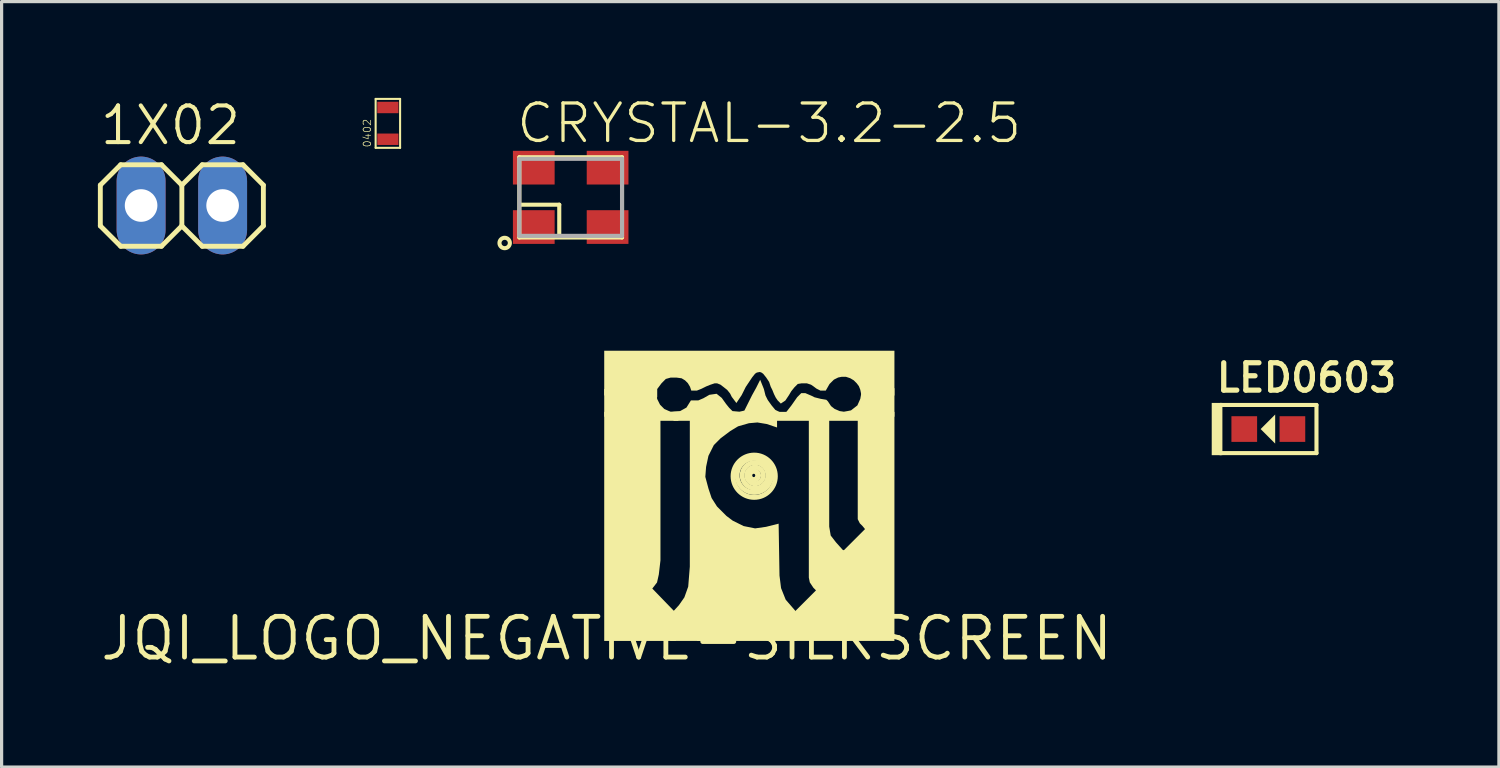
<source format=kicad_pcb>
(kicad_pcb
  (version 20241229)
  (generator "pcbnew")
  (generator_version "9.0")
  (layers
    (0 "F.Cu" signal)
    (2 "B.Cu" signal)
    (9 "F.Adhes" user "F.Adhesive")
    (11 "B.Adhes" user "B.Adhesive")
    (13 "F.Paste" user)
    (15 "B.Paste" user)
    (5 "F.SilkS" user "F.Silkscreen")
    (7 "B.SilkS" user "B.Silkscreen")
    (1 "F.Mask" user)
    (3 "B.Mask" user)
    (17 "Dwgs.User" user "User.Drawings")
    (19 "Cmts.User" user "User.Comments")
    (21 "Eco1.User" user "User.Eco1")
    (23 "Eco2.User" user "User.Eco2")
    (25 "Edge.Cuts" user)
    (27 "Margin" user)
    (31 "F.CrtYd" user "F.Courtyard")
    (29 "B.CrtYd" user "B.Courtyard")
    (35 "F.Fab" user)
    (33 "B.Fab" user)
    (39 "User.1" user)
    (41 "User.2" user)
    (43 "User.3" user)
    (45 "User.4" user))
  (footprint "JQI_LOGO_NEGATIVE-SILKSCREEN"
    (layer "F.Cu")
    (at 15.852 16.843)
    (property "Reference" "JQI_LOGO_NEGATIVE-SILKSCREEN" (at 0 0 0) (layer "F.SilkS") (effects (font (size 1.27 1.27) (thickness 0.15))))
    (fp_circle (center 4.572 -5.08) (end 4.629 -5.08) (stroke (width 0.152) (type solid)) (fill no) (layer "F.SilkS"))
    (fp_circle (center 4.597 -5.08) (end 4.734 -5.08) (stroke (width 0.152) (type solid)) (fill no) (layer "F.SilkS"))
    (fp_circle (center 4.597 -5.08) (end 5.128 -5.08) (stroke (width 0.152) (type solid)) (fill no) (layer "F.SilkS"))
    (fp_circle (center 4.597 -5.055) (end 5.256 -5.055) (stroke (width 0.152) (type solid)) (fill no) (layer "F.SilkS"))
    (fp_circle (center 4.623 -5.08) (end 4.882 -5.08) (stroke (width 0.152) (type solid)) (fill no) (layer "F.SilkS"))
    (fp_circle (center 4.623 -5.08) (end 5.024 -5.08) (stroke (width 0.152) (type solid)) (fill no) (layer "F.SilkS"))
    (fp_poly (pts (xy 2.235 -6.782) (xy 1.676 -6.782) (xy 1.676 -2.434) (xy 1.625 -1.994) (xy 1.569 -1.745) (xy 1.422 -1.555) (xy 2.159 -0.793) (xy 2.159 0.076) (xy -0.076 0.076) (xy -0.076 -7.061) (xy 2.235 -7.061)) (stroke (width 0) (type solid)) (fill yes) (layer "F.SilkS"))
    (fp_poly (pts (xy 2.946 0.076) (xy 1.981 0.076) (xy 1.981 -0.741) (xy 2.252 -1.038) (xy 2.421 -1.28) (xy 2.541 -1.616) (xy 2.591 -2.238) (xy 2.591 -6.782) (xy 2.083 -6.782) (xy 2.083 -7.061) (xy 2.946 -7.061)) (stroke (width 0) (type solid)) (fill yes) (layer "F.SilkS"))
    (fp_poly (pts (xy 8.966 0.076) (xy 7.315 0.076) (xy 7.315 -2.673) (xy 8.05 -3.408) (xy 7.97 -3.505) (xy 7.888 -3.587) (xy 7.823 -3.716) (xy 7.823 -6.782) (xy 6.821 -6.782) (xy 6.765 -7.061) (xy 8.966 -7.061)) (stroke (width 0) (type solid)) (fill yes) (layer "F.SilkS"))
    (fp_poly (pts (xy 5.182 -7.061) (xy 6.934 -7.061) (xy 6.934 -3.486) (xy 6.981 -3.207) (xy 7.145 -2.995) (xy 7.358 -2.758) (xy 7.544 -2.697) (xy 7.544 0.076) (xy 5.763 0.076) (xy 5.792 -0.769) (xy 6.522 -1.499) (xy 6.443 -1.577) (xy 6.329 -1.748) (xy 6.299 -1.897) (xy 6.299 -6.782) (xy 5.182 -6.782)) (stroke (width 0) (type solid)) (fill yes) (layer "F.SilkS"))
    (fp_poly (pts (xy 5.309 -6.574) (xy 4.985 -6.682) (xy 4.696 -6.73) (xy 4.434 -6.707) (xy 4.095 -6.61) (xy 3.853 -6.464) (xy 3.555 -6.241) (xy 3.339 -6.025) (xy 3.171 -5.69) (xy 3.098 -5.348) (xy 3.074 -5.036) (xy 3.172 -4.67) (xy 3.27 -4.376) (xy 3.438 -4.112) (xy 3.733 -3.817) (xy 3.926 -3.672) (xy 4.267 -3.502) (xy 4.625 -3.43) (xy 4.964 -3.478) (xy 5.358 -3.577) (xy 5.385 -1.961) (xy 5.434 -1.569) (xy 5.578 -1.209) (xy 5.918 -0.816) (xy 5.918 0.076) (xy 2.819 0.076) (xy 2.819 -7.061) (xy 5.309 -7.061)) (stroke (width 0) (type solid)) (fill yes) (layer "F.SilkS"))
    (fp_poly (pts (xy 4.899 -7.77) (xy 4.949 -7.57) (xy 5.018 -7.431) (xy 5.14 -7.26) (xy 5.255 -7.122) (xy 5.424 -7.038) (xy 5.598 -7.057) (xy 5.755 -7.259) (xy 5.936 -7.517) (xy 6.064 -7.645) (xy 6.188 -7.645) (xy 6.382 -7.562) (xy 6.478 -7.514) (xy 6.67 -7.466) (xy 6.844 -7.437) (xy 6.892 -7.389) (xy 6.991 -7.24) (xy 7.101 -7.153) (xy 7.261 -7.084) (xy 7.39 -7.062) (xy 7.613 -7.107) (xy 7.812 -7.262) (xy 7.902 -7.465) (xy 7.963 -7.798) (xy 8.966 -7.798) (xy 8.966 -6.909) (xy -0.076 -6.909) (xy -0.076 -7.772) (xy 1.542 -7.772) (xy 1.573 -7.464) (xy 1.663 -7.284) (xy 1.796 -7.15) (xy 1.995 -7.062) (xy 2.289 -7.085) (xy 2.486 -7.194) (xy 2.625 -7.417) (xy 2.855 -7.417) (xy 3.014 -7.485) (xy 3.201 -7.592) (xy 3.425 -7.624) (xy 3.586 -7.495) (xy 3.718 -7.31) (xy 3.816 -7.188) (xy 3.921 -7.084) (xy 4.135 -7.062) (xy 4.291 -7.101) (xy 4.53 -7.579) (xy 4.657 -7.808) (xy 4.783 -8.06)) (stroke (width 0) (type solid)) (fill yes) (layer "F.SilkS"))
    (fp_poly (pts (xy 8.966 -7.569) (xy 7.939 -7.569) (xy 7.902 -7.751) (xy 7.858 -7.862) (xy 7.791 -7.951) (xy 7.7 -8.042) (xy 7.588 -8.109) (xy 7.455 -8.153) (xy 7.323 -8.153) (xy 7.213 -8.131) (xy 7.081 -8.065) (xy 6.944 -7.929) (xy 6.826 -7.722) (xy 6.662 -7.722) (xy 6.538 -7.784) (xy 6.433 -7.863) (xy 6.367 -7.907) (xy 6.236 -7.95) (xy 6.077 -7.95) (xy 5.955 -7.93) (xy 5.848 -7.823) (xy 5.752 -7.703) (xy 5.678 -7.579) (xy 5.567 -7.413) (xy 5.426 -7.319) (xy 5.326 -7.419) (xy 5.268 -7.505) (xy 5.214 -7.614) (xy 5.163 -7.741) (xy 5.111 -7.845) (xy 5.062 -7.993) (xy 4.968 -8.134) (xy 4.875 -8.249) (xy 4.818 -8.288) (xy 4.77 -8.303) (xy 4.678 -8.285) (xy 4.624 -8.249) (xy 4.532 -8.134) (xy 4.333 -7.836) (xy 4.206 -7.582) (xy 4.042 -7.336) (xy 3.897 -7.529) (xy 3.847 -7.63) (xy 3.756 -7.744) (xy 3.636 -7.839) (xy 3.544 -7.909) (xy 3.44 -7.95) (xy 3.365 -7.95) (xy 3.227 -7.904) (xy 3.105 -7.855) (xy 2.952 -7.779) (xy 2.809 -7.722) (xy 2.637 -7.722) (xy 2.597 -7.842) (xy 2.53 -7.954) (xy 2.442 -8.042) (xy 2.336 -8.106) (xy 2.179 -8.128) (xy 1.992 -8.128) (xy 1.843 -8.086) (xy 1.709 -7.951) (xy 1.575 -7.772) (xy 1.575 -7.516) (xy -0.076 -7.572) (xy -0.076 -8.966) (xy 8.966 -8.966)) (stroke (width 0) (type solid)) (fill yes) (layer "F.SilkS")))
  (footprint "CRYSTAL-3.2-2.5"
    (layer "F.Cu")
    (at 14.731 3.099)
    (property "Reference" "CRYSTAL-3.2-2.5" (at -1.752 -1.625 0) (layer "F.SilkS") (effects (font (size 1.168 1.168) (thickness 0.102)) (justify left bottom)))
    (fp_line (start -1.6 -1.25) (end 1.6 -1.25) (stroke (width 0.127) (type solid)) (layer "F.SilkS"))
    (fp_line (start -1.6 1.25) (end -1.6 -1.25) (stroke (width 0.127) (type solid)) (layer "F.SilkS"))
    (fp_line (start -1.575 0.229) (end -0.356 0.229) (stroke (width 0.127) (type solid)) (layer "F.SilkS"))
    (fp_line (start -0.356 0.229) (end -0.356 1.219) (stroke (width 0.127) (type solid)) (layer "F.SilkS"))
    (fp_line (start 1.6 -1.25) (end 1.6 1.25) (stroke (width 0.127) (type solid)) (layer "F.SilkS"))
    (fp_line (start 1.6 1.25) (end -1.6 1.25) (stroke (width 0.127) (type solid)) (layer "F.SilkS"))
    (fp_circle (center -2.057 1.422) (end -1.895 1.422) (stroke (width 0.127) (type solid)) (fill no) (layer "F.SilkS"))
    (fp_line (start -1.6 -1.2) (end 1.6 -1.2) (stroke (width 0.127) (type solid)) (layer "F.Fab"))
    (fp_line (start -1.6 1.2) (end -1.6 -1.2) (stroke (width 0.127) (type solid)) (layer "F.Fab"))
    (fp_line (start 1.6 -1.2) (end 1.6 1.2) (stroke (width 0.127) (type solid)) (layer "F.Fab"))
    (fp_line (start 1.6 1.2) (end -1.6 1.2) (stroke (width 0.127) (type solid)) (layer "F.Fab"))
    (pad "1" smd rect (at -1.15 0.925 90) (size 1.05 1.3) (layers "F.Cu" "F.Mask" "F.Paste"))
    (pad "2" smd rect (at 1.15 0.925 90) (size 1.05 1.3) (layers "F.Cu" "F.Mask" "F.Paste"))
    (pad "3" smd rect (at 1.15 -0.925 90) (size 1.05 1.3) (layers "F.Cu" "F.Mask" "F.Paste"))
    (pad "4" smd rect (at -1.15 -0.925 90) (size 1.05 1.3) (layers "F.Cu" "F.Mask" "F.Paste")))
  (footprint "LED0603"
    (layer "F.Cu")
    (at 36.468 10.318)
    (property "Reference" "LED0603" (at -1.7 -1.1 0) (layer "F.SilkS") (effects (font (size 0.853 0.853) (thickness 0.163)) (justify left bottom)))
    (fp_line (start -1.5 -0.75) (end -1.5 0.75) (stroke (width 0.127) (type solid)) (layer "F.SilkS"))
    (fp_line (start -1.5 0.75) (end 1.5 0.75) (stroke (width 0.127) (type solid)) (layer "F.SilkS"))
    (fp_line (start 1.5 -0.75) (end -1.5 -0.75) (stroke (width 0.127) (type solid)) (layer "F.SilkS"))
    (fp_line (start 1.5 0.75) (end 1.5 -0.75) (stroke (width 0.127) (type solid)) (layer "F.SilkS"))
    (fp_poly (pts (xy 0.213 0.453) (xy -0.24 0) (xy 0.213 -0.453)) (stroke (width 0) (type solid)) (fill yes) (layer "F.SilkS"))
    (fp_poly (pts (xy -1.437 0.814) (xy -1.764 0.814) (xy -1.764 -0.814) (xy -1.437 -0.814)) (stroke (width 0) (type solid)) (fill yes) (layer "F.SilkS"))
    (pad "ANODE" smd rect (at 0.75 0) (size 0.8 0.8) (layers "F.Cu" "F.Mask" "F.Paste"))
    (pad "CATHODE" smd rect (at -0.75 0) (size 0.8 0.8) (layers "F.Cu" "F.Mask" "F.Paste")))
  (footprint "0402"
    (layer "F.Cu")
    (at 9.035 0.794)
    (property "Reference" "0402" (at -0.508 0.762 90) (layer "F.SilkS") (effects (font (size 0.234 0.234) (thickness 0.02)) (justify left bottom)))
    (fp_line (start -0.381 -0.762) (end 0.381 -0.762) (stroke (width 0.064) (type solid)) (layer "F.SilkS"))
    (fp_line (start -0.381 0.762) (end -0.381 -0.762) (stroke (width 0.064) (type solid)) (layer "F.SilkS"))
    (fp_line (start 0.381 -0.762) (end 0.381 0.762) (stroke (width 0.064) (type solid)) (layer "F.SilkS"))
    (fp_line (start 0.381 0.762) (end -0.381 0.762) (stroke (width 0.064) (type solid)) (layer "F.SilkS"))
    (pad "1" smd rect (at 0 -0.495) (size 0.66 0.356) (layers "F.Cu" "F.Mask" "F.Paste"))
    (pad "2" smd rect (at 0 0.495) (size 0.66 0.356) (layers "F.Cu" "F.Mask" "F.Paste")))
  (footprint "1X02"
    (layer "F.Cu")
    (at 2.616 3.353)
    (property "Reference" "1X02" (at -2.616 -1.829 0) (layer "F.SilkS") (effects (font (size 1.143 1.143) (thickness 0.127)) (justify left bottom)))
    (fp_line (start -2.54 -0.635) (end -2.54 0.635) (stroke (width 0.152) (type solid)) (layer "F.SilkS"))
    (fp_line (start -2.54 0.635) (end -1.905 1.27) (stroke (width 0.152) (type solid)) (layer "F.SilkS"))
    (fp_line (start -1.905 -1.27) (end -2.54 -0.635) (stroke (width 0.152) (type solid)) (layer "F.SilkS"))
    (fp_line (start -1.905 -1.27) (end -0.635 -1.27) (stroke (width 0.152) (type solid)) (layer "F.SilkS"))
    (fp_line (start -0.635 -1.27) (end 0 -0.635) (stroke (width 0.152) (type solid)) (layer "F.SilkS"))
    (fp_line (start -0.635 1.27) (end -1.905 1.27) (stroke (width 0.152) (type solid)) (layer "F.SilkS"))
    (fp_line (start 0 -0.635) (end 0 0.635) (stroke (width 0.152) (type solid)) (layer "F.SilkS"))
    (fp_line (start 0 -0.635) (end 0.635 -1.27) (stroke (width 0.152) (type solid)) (layer "F.SilkS"))
    (fp_line (start 0 0.635) (end -0.635 1.27) (stroke (width 0.152) (type solid)) (layer "F.SilkS"))
    (fp_line (start 0.635 -1.27) (end 1.905 -1.27) (stroke (width 0.152) (type solid)) (layer "F.SilkS"))
    (fp_line (start 0.635 1.27) (end 0 0.635) (stroke (width 0.152) (type solid)) (layer "F.SilkS"))
    (fp_line (start 1.905 -1.27) (end 2.54 -0.635) (stroke (width 0.152) (type solid)) (layer "F.SilkS"))
    (fp_line (start 1.905 1.27) (end 0.635 1.27) (stroke (width 0.152) (type solid)) (layer "F.SilkS"))
    (fp_line (start 2.54 -0.635) (end 2.54 0.635) (stroke (width 0.152) (type solid)) (layer "F.SilkS"))
    (fp_line (start 2.54 0.635) (end 1.905 1.27) (stroke (width 0.152) (type solid)) (layer "F.SilkS"))
    (fp_poly (pts (xy -1.524 0.254) (xy -1.016 0.254) (xy -1.016 -0.254) (xy -1.524 -0.254)) (stroke (width 0.1) (type solid)) (fill no) (layer "F.Fab"))
    (fp_poly (pts (xy 1.016 0.254) (xy 1.524 0.254) (xy 1.524 -0.254) (xy 1.016 -0.254)) (stroke (width 0.1) (type solid)) (fill no) (layer "F.Fab"))
    (pad "1" thru_hole oval (at -1.27 0 90) (size 3.048 1.524) (drill 1.016) (layers "*.Cu" "*.Mask"))
    (pad "2" thru_hole oval (at 1.27 0 90) (size 3.048 1.524) (drill 1.016) (layers "*.Cu" "*.Mask")))
  (gr_rect
    (start -3 -3)
    (end 43.652 20.849)
    (stroke (width 0.1) (type default))
    (fill no)
    (layer "Edge.Cuts")))
</source>
